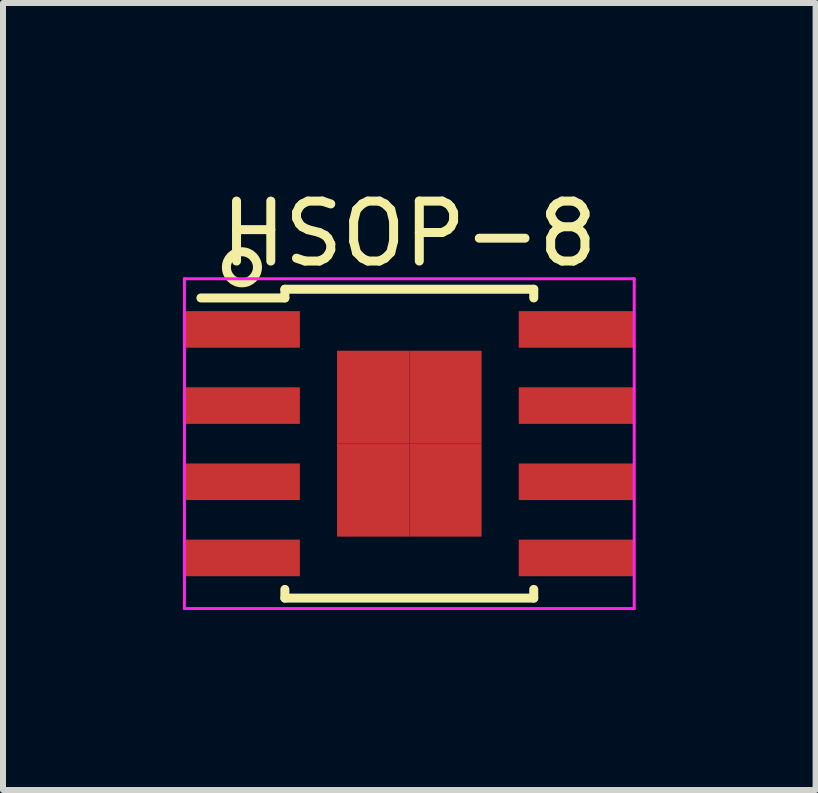
<source format=kicad_pcb>
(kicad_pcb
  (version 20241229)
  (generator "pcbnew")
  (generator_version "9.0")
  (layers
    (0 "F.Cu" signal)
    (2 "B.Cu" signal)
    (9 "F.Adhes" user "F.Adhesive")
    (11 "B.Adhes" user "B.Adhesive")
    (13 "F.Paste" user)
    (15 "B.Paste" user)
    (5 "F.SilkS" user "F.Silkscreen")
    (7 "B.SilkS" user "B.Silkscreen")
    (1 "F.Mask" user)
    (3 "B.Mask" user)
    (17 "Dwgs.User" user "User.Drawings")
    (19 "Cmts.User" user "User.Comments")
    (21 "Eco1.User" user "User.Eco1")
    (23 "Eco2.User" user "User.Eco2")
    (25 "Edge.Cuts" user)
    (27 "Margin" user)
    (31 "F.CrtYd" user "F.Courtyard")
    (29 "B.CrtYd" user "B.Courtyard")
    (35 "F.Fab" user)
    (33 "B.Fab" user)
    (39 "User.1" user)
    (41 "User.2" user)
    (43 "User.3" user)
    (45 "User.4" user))
  (footprint "HSOP-8"
    (layer "F.Cu")
    (at 3.775 4.348)
    (property "Reference" "HSOP-8" (at 0 -3.5 0) (layer "F.SilkS") (effects (font (size 1 1) (thickness 0.15))))
    (attr smd)
    (fp_line (start -2.075 -2.575) (end -2.075 -2.43) (stroke (width 0.15) (type solid)) (layer "F.SilkS"))
    (fp_line (start -2.075 -2.575) (end 2.075 -2.575) (stroke (width 0.15) (type solid)) (layer "F.SilkS"))
    (fp_line (start -2.075 -2.43) (end -3.475 -2.43) (stroke (width 0.15) (type solid)) (layer "F.SilkS"))
    (fp_line (start -2.075 2.575) (end -2.075 2.43) (stroke (width 0.15) (type solid)) (layer "F.SilkS"))
    (fp_line (start -2.075 2.575) (end 2.075 2.575) (stroke (width 0.15) (type solid)) (layer "F.SilkS"))
    (fp_line (start 2.075 -2.575) (end 2.075 -2.43) (stroke (width 0.15) (type solid)) (layer "F.SilkS"))
    (fp_line (start 2.075 2.575) (end 2.075 2.43) (stroke (width 0.15) (type solid)) (layer "F.SilkS"))
    (fp_circle (center -2.791 -2.941) (end -2.624 -2.743) (stroke (width 0.15) (type solid)) (fill no) (layer "F.SilkS"))
    (fp_line (start -3.75 -2.75) (end -3.75 2.75) (stroke (width 0.05) (type solid)) (layer "F.CrtYd"))
    (fp_line (start -3.75 -2.75) (end 3.75 -2.75) (stroke (width 0.05) (type solid)) (layer "F.CrtYd"))
    (fp_line (start -3.75 2.75) (end 3.75 2.75) (stroke (width 0.05) (type solid)) (layer "F.CrtYd"))
    (fp_line (start 3.75 -2.75) (end 3.75 2.75) (stroke (width 0.05) (type solid)) (layer "F.CrtYd"))
    (pad "1" smd rect (at -2.78 -1.905) (size 1.91 0.61) (layers "F.Cu" "F.Mask" "F.Paste"))
    (pad "2" smd rect (at -2.78 -0.635) (size 1.91 0.61) (layers "F.Cu" "F.Mask" "F.Paste"))
    (pad "3" smd rect (at -2.78 0.635) (size 1.91 0.61) (layers "F.Cu" "F.Mask" "F.Paste"))
    (pad "4" smd rect (at -2.78 1.905) (size 1.91 0.61) (layers "F.Cu" "F.Mask" "F.Paste"))
    (pad "5" smd rect (at 2.78 1.905) (size 1.91 0.61) (layers "F.Cu" "F.Mask" "F.Paste"))
    (pad "6" smd rect (at 2.78 0.635) (size 1.91 0.61) (layers "F.Cu" "F.Mask" "F.Paste"))
    (pad "7" smd rect (at 2.78 -0.635) (size 1.91 0.61) (layers "F.Cu" "F.Mask" "F.Paste"))
    (pad "8" smd rect (at 2.78 -1.905) (size 1.91 0.61) (layers "F.Cu" "F.Mask" "F.Paste"))
    (pad "9" smd rect (at -0.603 -0.775) (size 1.205 1.55) (layers "F.Cu" "F.Mask" "F.Paste"))
    (pad "9" smd rect (at -0.603 0.775) (size 1.205 1.55) (layers "F.Cu" "F.Mask" "F.Paste"))
    (pad "9" smd rect (at 0.603 -0.775) (size 1.205 1.55) (layers "F.Cu" "F.Mask" "F.Paste"))
    (pad "9" smd rect (at 0.603 0.775) (size 1.205 1.55) (layers "F.Cu" "F.Mask" "F.Paste")))
  (gr_rect
    (start -3 -3)
    (end 10.55 10.123)
    (stroke (width 0.1) (type default))
    (fill no)
    (layer "Edge.Cuts")))
</source>
